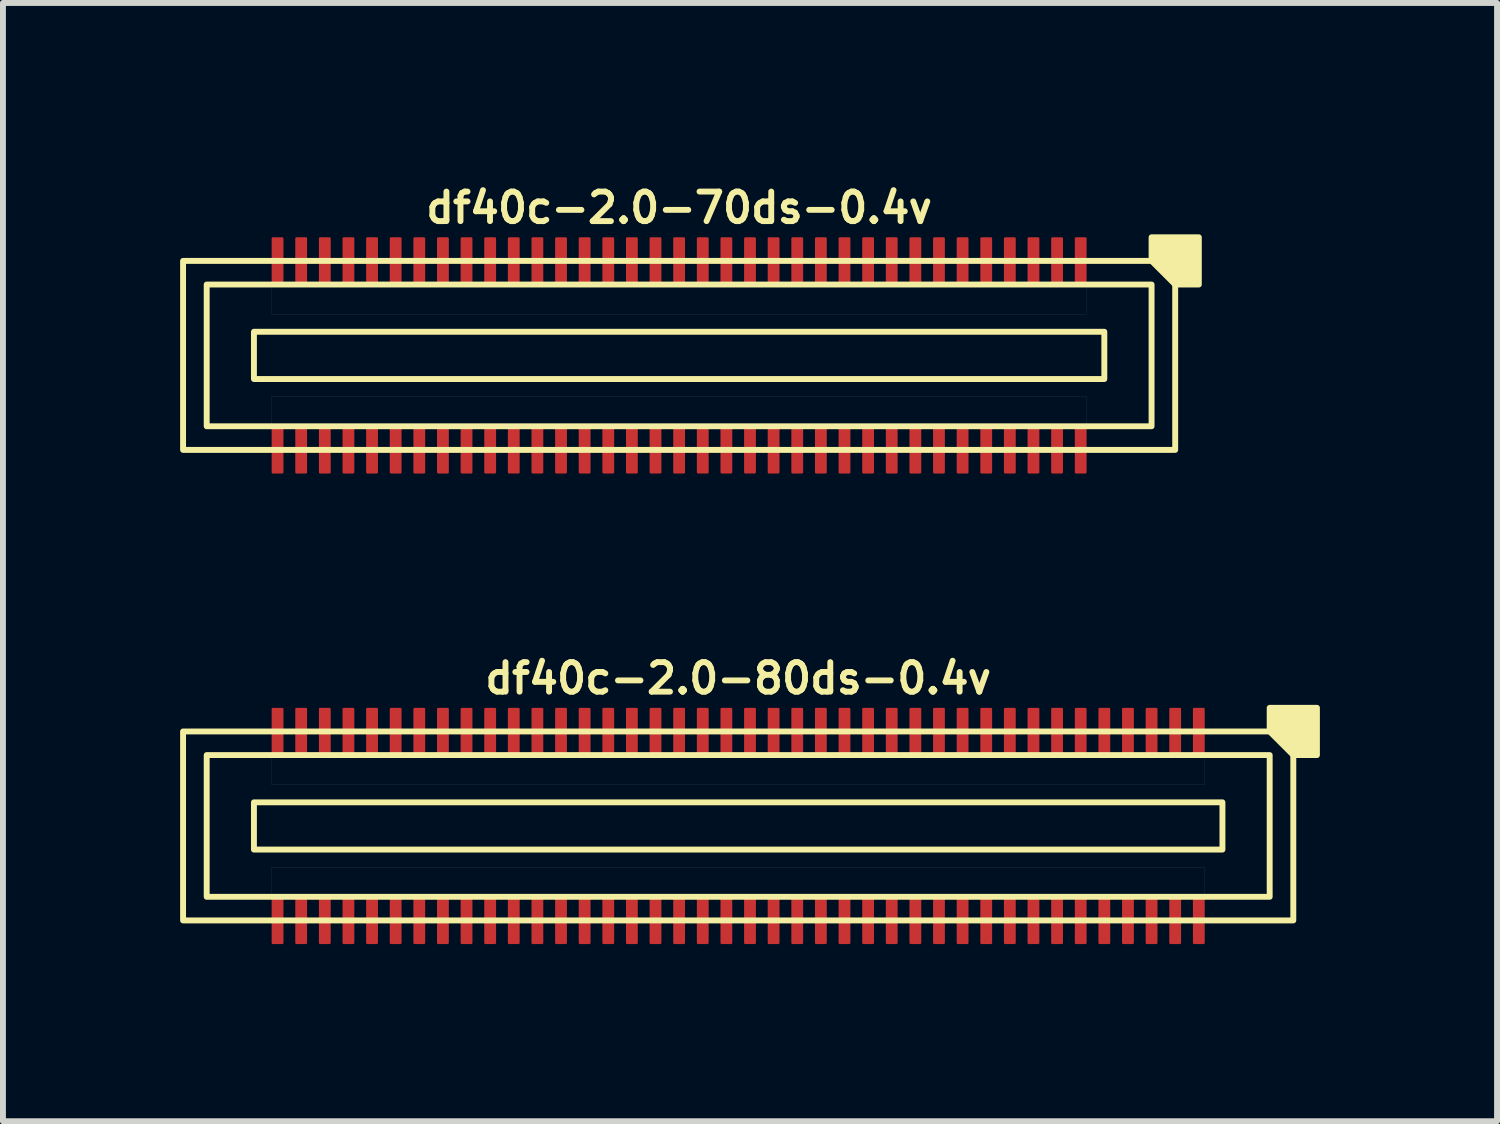
<source format=kicad_pcb>
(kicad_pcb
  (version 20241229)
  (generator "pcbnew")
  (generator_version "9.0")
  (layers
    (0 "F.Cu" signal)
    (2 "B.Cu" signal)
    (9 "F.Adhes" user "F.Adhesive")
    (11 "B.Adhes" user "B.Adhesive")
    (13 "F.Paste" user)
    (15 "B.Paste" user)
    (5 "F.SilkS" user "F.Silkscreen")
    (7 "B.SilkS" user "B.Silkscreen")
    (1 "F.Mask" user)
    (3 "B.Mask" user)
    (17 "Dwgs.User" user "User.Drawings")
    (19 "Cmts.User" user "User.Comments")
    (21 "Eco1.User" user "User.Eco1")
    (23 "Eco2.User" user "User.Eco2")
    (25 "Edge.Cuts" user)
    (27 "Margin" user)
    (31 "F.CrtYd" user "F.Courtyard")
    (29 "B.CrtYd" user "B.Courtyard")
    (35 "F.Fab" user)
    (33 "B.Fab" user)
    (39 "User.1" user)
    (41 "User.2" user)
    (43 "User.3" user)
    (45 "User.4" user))
  (footprint "df40c-2.0-80ds-0.4v"
    (layer "F.Cu")
    (at 9.45 10.936)
    (property "Reference" "df40c-2.0-80ds-0.4v" (at 0 -2.5 180) (layer "F.SilkS") (effects (font (size 0.5 0.5) (thickness 0.1))))
    (attr smd)
    (fp_rect (start -8.2 -0.4) (end 8.2 0.4) (stroke (width 0.1) (type default)) (fill no) (layer "F.SilkS"))
    (fp_rect (start 9 -1.2) (end -9 1.2) (stroke (width 0.1) (type default)) (fill no) (layer "F.SilkS"))
    (fp_rect (start 9.4 -1.6) (end -9.4 1.6) (stroke (width 0.1) (type default)) (fill no) (layer "F.SilkS"))
    (fp_poly (pts (xy 9 -1.6) (xy 9 -2) (xy 9.8 -2) (xy 9.8 -1.2) (xy 9.4 -1.2)) (stroke (width 0.1) (type solid)) (fill yes) (layer "F.SilkS"))
    (fp_poly (pts (xy -7.9 -1.2) (xy 7.9 -1.2) (xy 7.9 -0.7) (xy -7.9 -0.7)) (stroke (width 0.001) (type solid)) (fill no) (layer "Dwgs.User"))
    (fp_poly (pts (xy -7.9 0.7) (xy 7.9 0.7) (xy 7.9 1.2) (xy -7.9 1.2)) (stroke (width 0.001) (type solid)) (fill no) (layer "Dwgs.User"))
    (pad "1" smd roundrect (at 7.8 -1.6) (size 0.2 0.8) (layers "F.Cu" "F.Mask" "F.Paste") (roundrect_rratio 0.1))
    (pad "2" smd roundrect (at 7.8 1.6) (size 0.2 0.8) (layers "F.Cu" "F.Mask" "F.Paste") (roundrect_rratio 0.1))
    (pad "3" smd roundrect (at 7.4 -1.6) (size 0.2 0.8) (layers "F.Cu" "F.Mask" "F.Paste") (roundrect_rratio 0.1))
    (pad "4" smd roundrect (at 7.4 1.6) (size 0.2 0.8) (layers "F.Cu" "F.Mask" "F.Paste") (roundrect_rratio 0.1))
    (pad "5" smd roundrect (at 7 -1.6) (size 0.2 0.8) (layers "F.Cu" "F.Mask" "F.Paste") (roundrect_rratio 0.1))
    (pad "6" smd roundrect (at 7 1.6) (size 0.2 0.8) (layers "F.Cu" "F.Mask" "F.Paste") (roundrect_rratio 0.1))
    (pad "7" smd roundrect (at 6.6 -1.6) (size 0.2 0.8) (layers "F.Cu" "F.Mask" "F.Paste") (roundrect_rratio 0.1))
    (pad "8" smd roundrect (at 6.6 1.6) (size 0.2 0.8) (layers "F.Cu" "F.Mask" "F.Paste") (roundrect_rratio 0.1))
    (pad "9" smd roundrect (at 6.2 -1.6) (size 0.2 0.8) (layers "F.Cu" "F.Mask" "F.Paste") (roundrect_rratio 0.1))
    (pad "10" smd roundrect (at 6.2 1.6) (size 0.2 0.8) (layers "F.Cu" "F.Mask" "F.Paste") (roundrect_rratio 0.1))
    (pad "11" smd roundrect (at 5.8 -1.6) (size 0.2 0.8) (layers "F.Cu" "F.Mask" "F.Paste") (roundrect_rratio 0.1))
    (pad "12" smd roundrect (at 5.8 1.6) (size 0.2 0.8) (layers "F.Cu" "F.Mask" "F.Paste") (roundrect_rratio 0.1))
    (pad "13" smd roundrect (at 5.4 -1.6) (size 0.2 0.8) (layers "F.Cu" "F.Mask" "F.Paste") (roundrect_rratio 0.1))
    (pad "14" smd roundrect (at 5.4 1.6) (size 0.2 0.8) (layers "F.Cu" "F.Mask" "F.Paste") (roundrect_rratio 0.1))
    (pad "15" smd roundrect (at 5 -1.6) (size 0.2 0.8) (layers "F.Cu" "F.Mask" "F.Paste") (roundrect_rratio 0.1))
    (pad "16" smd roundrect (at 5 1.6) (size 0.2 0.8) (layers "F.Cu" "F.Mask" "F.Paste") (roundrect_rratio 0.1))
    (pad "17" smd roundrect (at 4.6 -1.6) (size 0.2 0.8) (layers "F.Cu" "F.Mask" "F.Paste") (roundrect_rratio 0.1))
    (pad "18" smd roundrect (at 4.6 1.6) (size 0.2 0.8) (layers "F.Cu" "F.Mask" "F.Paste") (roundrect_rratio 0.1))
    (pad "19" smd roundrect (at 4.2 -1.6) (size 0.2 0.8) (layers "F.Cu" "F.Mask" "F.Paste") (roundrect_rratio 0.1))
    (pad "20" smd roundrect (at 4.2 1.6) (size 0.2 0.8) (layers "F.Cu" "F.Mask" "F.Paste") (roundrect_rratio 0.1))
    (pad "21" smd roundrect (at 3.8 -1.6) (size 0.2 0.8) (layers "F.Cu" "F.Mask" "F.Paste") (roundrect_rratio 0.1))
    (pad "22" smd roundrect (at 3.8 1.6) (size 0.2 0.8) (layers "F.Cu" "F.Mask" "F.Paste") (roundrect_rratio 0.1))
    (pad "23" smd roundrect (at 3.4 -1.6) (size 0.2 0.8) (layers "F.Cu" "F.Mask" "F.Paste") (roundrect_rratio 0.1))
    (pad "24" smd roundrect (at 3.4 1.6) (size 0.2 0.8) (layers "F.Cu" "F.Mask" "F.Paste") (roundrect_rratio 0.1))
    (pad "25" smd roundrect (at 3 -1.6) (size 0.2 0.8) (layers "F.Cu" "F.Mask" "F.Paste") (roundrect_rratio 0.1))
    (pad "26" smd roundrect (at 3 1.6) (size 0.2 0.8) (layers "F.Cu" "F.Mask" "F.Paste") (roundrect_rratio 0.1))
    (pad "27" smd roundrect (at 2.6 -1.6) (size 0.2 0.8) (layers "F.Cu" "F.Mask" "F.Paste") (roundrect_rratio 0.1))
    (pad "28" smd roundrect (at 2.6 1.6) (size 0.2 0.8) (layers "F.Cu" "F.Mask" "F.Paste") (roundrect_rratio 0.1))
    (pad "29" smd roundrect (at 2.2 -1.6) (size 0.2 0.8) (layers "F.Cu" "F.Mask" "F.Paste") (roundrect_rratio 0.1))
    (pad "30" smd roundrect (at 2.2 1.6) (size 0.2 0.8) (layers "F.Cu" "F.Mask" "F.Paste") (roundrect_rratio 0.1))
    (pad "31" smd roundrect (at 1.8 -1.6) (size 0.2 0.8) (layers "F.Cu" "F.Mask" "F.Paste") (roundrect_rratio 0.1))
    (pad "32" smd roundrect (at 1.8 1.6) (size 0.2 0.8) (layers "F.Cu" "F.Mask" "F.Paste") (roundrect_rratio 0.1))
    (pad "33" smd roundrect (at 1.4 -1.6) (size 0.2 0.8) (layers "F.Cu" "F.Mask" "F.Paste") (roundrect_rratio 0.1))
    (pad "34" smd roundrect (at 1.4 1.6) (size 0.2 0.8) (layers "F.Cu" "F.Mask" "F.Paste") (roundrect_rratio 0.1))
    (pad "35" smd roundrect (at 1 -1.6) (size 0.2 0.8) (layers "F.Cu" "F.Mask" "F.Paste") (roundrect_rratio 0.1))
    (pad "36" smd roundrect (at 1 1.6) (size 0.2 0.8) (layers "F.Cu" "F.Mask" "F.Paste") (roundrect_rratio 0.1))
    (pad "37" smd roundrect (at 0.6 -1.6) (size 0.2 0.8) (layers "F.Cu" "F.Mask" "F.Paste") (roundrect_rratio 0.1))
    (pad "38" smd roundrect (at 0.6 1.6) (size 0.2 0.8) (layers "F.Cu" "F.Mask" "F.Paste") (roundrect_rratio 0.1))
    (pad "39" smd roundrect (at 0.2 -1.6) (size 0.2 0.8) (layers "F.Cu" "F.Mask" "F.Paste") (roundrect_rratio 0.1))
    (pad "40" smd roundrect (at 0.2 1.6) (size 0.2 0.8) (layers "F.Cu" "F.Mask" "F.Paste") (roundrect_rratio 0.1))
    (pad "41" smd roundrect (at -0.2 -1.6) (size 0.2 0.8) (layers "F.Cu" "F.Mask" "F.Paste") (roundrect_rratio 0.1))
    (pad "42" smd roundrect (at -0.2 1.6) (size 0.2 0.8) (layers "F.Cu" "F.Mask" "F.Paste") (roundrect_rratio 0.1))
    (pad "43" smd roundrect (at -0.6 -1.6) (size 0.2 0.8) (layers "F.Cu" "F.Mask" "F.Paste") (roundrect_rratio 0.1))
    (pad "44" smd roundrect (at -0.6 1.6) (size 0.2 0.8) (layers "F.Cu" "F.Mask" "F.Paste") (roundrect_rratio 0.1))
    (pad "45" smd roundrect (at -1 -1.6) (size 0.2 0.8) (layers "F.Cu" "F.Mask" "F.Paste") (roundrect_rratio 0.1))
    (pad "46" smd roundrect (at -1 1.6) (size 0.2 0.8) (layers "F.Cu" "F.Mask" "F.Paste") (roundrect_rratio 0.1))
    (pad "47" smd roundrect (at -1.4 -1.6) (size 0.2 0.8) (layers "F.Cu" "F.Mask" "F.Paste") (roundrect_rratio 0.1))
    (pad "48" smd roundrect (at -1.4 1.6) (size 0.2 0.8) (layers "F.Cu" "F.Mask" "F.Paste") (roundrect_rratio 0.1))
    (pad "49" smd roundrect (at -1.8 -1.6) (size 0.2 0.8) (layers "F.Cu" "F.Mask" "F.Paste") (roundrect_rratio 0.1))
    (pad "50" smd roundrect (at -1.8 1.6) (size 0.2 0.8) (layers "F.Cu" "F.Mask" "F.Paste") (roundrect_rratio 0.1))
    (pad "51" smd roundrect (at -2.2 -1.6) (size 0.2 0.8) (layers "F.Cu" "F.Mask" "F.Paste") (roundrect_rratio 0.1))
    (pad "52" smd roundrect (at -2.2 1.6) (size 0.2 0.8) (layers "F.Cu" "F.Mask" "F.Paste") (roundrect_rratio 0.1))
    (pad "53" smd roundrect (at -2.6 -1.6) (size 0.2 0.8) (layers "F.Cu" "F.Mask" "F.Paste") (roundrect_rratio 0.1))
    (pad "54" smd roundrect (at -2.6 1.6) (size 0.2 0.8) (layers "F.Cu" "F.Mask" "F.Paste") (roundrect_rratio 0.1))
    (pad "55" smd roundrect (at -3 -1.6) (size 0.2 0.8) (layers "F.Cu" "F.Mask" "F.Paste") (roundrect_rratio 0.1))
    (pad "56" smd roundrect (at -3 1.6) (size 0.2 0.8) (layers "F.Cu" "F.Mask" "F.Paste") (roundrect_rratio 0.1))
    (pad "57" smd roundrect (at -3.4 -1.6) (size 0.2 0.8) (layers "F.Cu" "F.Mask" "F.Paste") (roundrect_rratio 0.1))
    (pad "58" smd roundrect (at -3.4 1.6) (size 0.2 0.8) (layers "F.Cu" "F.Mask" "F.Paste") (roundrect_rratio 0.1))
    (pad "59" smd roundrect (at -3.8 -1.6) (size 0.2 0.8) (layers "F.Cu" "F.Mask" "F.Paste") (roundrect_rratio 0.1))
    (pad "60" smd roundrect (at -3.8 1.6) (size 0.2 0.8) (layers "F.Cu" "F.Mask" "F.Paste") (roundrect_rratio 0.1))
    (pad "61" smd roundrect (at -4.2 -1.6) (size 0.2 0.8) (layers "F.Cu" "F.Mask" "F.Paste") (roundrect_rratio 0.1))
    (pad "62" smd roundrect (at -4.2 1.6) (size 0.2 0.8) (layers "F.Cu" "F.Mask" "F.Paste") (roundrect_rratio 0.1))
    (pad "63" smd roundrect (at -4.6 -1.6) (size 0.2 0.8) (layers "F.Cu" "F.Mask" "F.Paste") (roundrect_rratio 0.1))
    (pad "64" smd roundrect (at -4.6 1.6) (size 0.2 0.8) (layers "F.Cu" "F.Mask" "F.Paste") (roundrect_rratio 0.1))
    (pad "65" smd roundrect (at -5 -1.6) (size 0.2 0.8) (layers "F.Cu" "F.Mask" "F.Paste") (roundrect_rratio 0.1))
    (pad "66" smd roundrect (at -5 1.6) (size 0.2 0.8) (layers "F.Cu" "F.Mask" "F.Paste") (roundrect_rratio 0.1))
    (pad "67" smd roundrect (at -5.4 -1.6) (size 0.2 0.8) (layers "F.Cu" "F.Mask" "F.Paste") (roundrect_rratio 0.1))
    (pad "68" smd roundrect (at -5.4 1.6) (size 0.2 0.8) (layers "F.Cu" "F.Mask" "F.Paste") (roundrect_rratio 0.1))
    (pad "69" smd roundrect (at -5.8 -1.6) (size 0.2 0.8) (layers "F.Cu" "F.Mask" "F.Paste") (roundrect_rratio 0.1))
    (pad "70" smd roundrect (at -5.8 1.6) (size 0.2 0.8) (layers "F.Cu" "F.Mask" "F.Paste") (roundrect_rratio 0.1))
    (pad "71" smd roundrect (at -6.2 -1.6) (size 0.2 0.8) (layers "F.Cu" "F.Mask" "F.Paste") (roundrect_rratio 0.1))
    (pad "72" smd roundrect (at -6.2 1.6) (size 0.2 0.8) (layers "F.Cu" "F.Mask" "F.Paste") (roundrect_rratio 0.1))
    (pad "73" smd roundrect (at -6.6 -1.6) (size 0.2 0.8) (layers "F.Cu" "F.Mask" "F.Paste") (roundrect_rratio 0.1))
    (pad "74" smd roundrect (at -6.6 1.6) (size 0.2 0.8) (layers "F.Cu" "F.Mask" "F.Paste") (roundrect_rratio 0.1))
    (pad "75" smd roundrect (at -7 -1.6) (size 0.2 0.8) (layers "F.Cu" "F.Mask" "F.Paste") (roundrect_rratio 0.1))
    (pad "76" smd roundrect (at -7 1.6) (size 0.2 0.8) (layers "F.Cu" "F.Mask" "F.Paste") (roundrect_rratio 0.1))
    (pad "77" smd roundrect (at -7.4 -1.6) (size 0.2 0.8) (layers "F.Cu" "F.Mask" "F.Paste") (roundrect_rratio 0.1))
    (pad "78" smd roundrect (at -7.4 1.6) (size 0.2 0.8) (layers "F.Cu" "F.Mask" "F.Paste") (roundrect_rratio 0.1))
    (pad "79" smd roundrect (at -7.8 -1.6) (size 0.2 0.8) (layers "F.Cu" "F.Mask" "F.Paste") (roundrect_rratio 0.1))
    (pad "80" smd roundrect (at -7.8 1.6) (size 0.2 0.8) (layers "F.Cu" "F.Mask" "F.Paste") (roundrect_rratio 0.1)))
  (footprint "df40c-2.0-70ds-0.4v"
    (layer "F.Cu")
    (at 8.45 2.968)
    (property "Reference" "df40c-2.0-70ds-0.4v" (at 0 -2.5 180) (layer "F.SilkS") (effects (font (size 0.5 0.5) (thickness 0.1))))
    (attr smd)
    (fp_rect (start -7.2 -0.4) (end 7.2 0.4) (stroke (width 0.1) (type default)) (fill no) (layer "F.SilkS"))
    (fp_rect (start 8 -1.2) (end -8 1.2) (stroke (width 0.1) (type default)) (fill no) (layer "F.SilkS"))
    (fp_rect (start 8.4 -1.6) (end -8.4 1.6) (stroke (width 0.1) (type default)) (fill no) (layer "F.SilkS"))
    (fp_poly (pts (xy 8 -1.6) (xy 8 -2) (xy 8.8 -2) (xy 8.8 -1.2) (xy 8.4 -1.2)) (stroke (width 0.1) (type solid)) (fill yes) (layer "F.SilkS"))
    (fp_poly (pts (xy -6.9 -1.2) (xy 6.9 -1.2) (xy 6.9 -0.7) (xy -6.9 -0.7)) (stroke (width 0.001) (type solid)) (fill no) (layer "Dwgs.User"))
    (fp_poly (pts (xy -6.9 0.7) (xy 6.9 0.7) (xy 6.9 1.2) (xy -6.9 1.2)) (stroke (width 0.001) (type solid)) (fill no) (layer "Dwgs.User"))
    (pad "1" smd roundrect (at 6.8 -1.6) (size 0.2 0.8) (layers "F.Cu" "F.Mask" "F.Paste") (roundrect_rratio 0.1))
    (pad "2" smd roundrect (at 6.8 1.6) (size 0.2 0.8) (layers "F.Cu" "F.Mask" "F.Paste") (roundrect_rratio 0.1))
    (pad "3" smd roundrect (at 6.4 -1.6) (size 0.2 0.8) (layers "F.Cu" "F.Mask" "F.Paste") (roundrect_rratio 0.1))
    (pad "4" smd roundrect (at 6.4 1.6) (size 0.2 0.8) (layers "F.Cu" "F.Mask" "F.Paste") (roundrect_rratio 0.1))
    (pad "5" smd roundrect (at 6 -1.6) (size 0.2 0.8) (layers "F.Cu" "F.Mask" "F.Paste") (roundrect_rratio 0.1))
    (pad "6" smd roundrect (at 6 1.6) (size 0.2 0.8) (layers "F.Cu" "F.Mask" "F.Paste") (roundrect_rratio 0.1))
    (pad "7" smd roundrect (at 5.6 -1.6) (size 0.2 0.8) (layers "F.Cu" "F.Mask" "F.Paste") (roundrect_rratio 0.1))
    (pad "8" smd roundrect (at 5.6 1.6) (size 0.2 0.8) (layers "F.Cu" "F.Mask" "F.Paste") (roundrect_rratio 0.1))
    (pad "9" smd roundrect (at 5.2 -1.6) (size 0.2 0.8) (layers "F.Cu" "F.Mask" "F.Paste") (roundrect_rratio 0.1))
    (pad "10" smd roundrect (at 5.2 1.6) (size 0.2 0.8) (layers "F.Cu" "F.Mask" "F.Paste") (roundrect_rratio 0.1))
    (pad "11" smd roundrect (at 4.8 -1.6) (size 0.2 0.8) (layers "F.Cu" "F.Mask" "F.Paste") (roundrect_rratio 0.1))
    (pad "12" smd roundrect (at 4.8 1.6) (size 0.2 0.8) (layers "F.Cu" "F.Mask" "F.Paste") (roundrect_rratio 0.1))
    (pad "13" smd roundrect (at 4.4 -1.6) (size 0.2 0.8) (layers "F.Cu" "F.Mask" "F.Paste") (roundrect_rratio 0.1))
    (pad "14" smd roundrect (at 4.4 1.6) (size 0.2 0.8) (layers "F.Cu" "F.Mask" "F.Paste") (roundrect_rratio 0.1))
    (pad "15" smd roundrect (at 4 -1.6) (size 0.2 0.8) (layers "F.Cu" "F.Mask" "F.Paste") (roundrect_rratio 0.1))
    (pad "16" smd roundrect (at 4 1.6) (size 0.2 0.8) (layers "F.Cu" "F.Mask" "F.Paste") (roundrect_rratio 0.1))
    (pad "17" smd roundrect (at 3.6 -1.6) (size 0.2 0.8) (layers "F.Cu" "F.Mask" "F.Paste") (roundrect_rratio 0.1))
    (pad "18" smd roundrect (at 3.6 1.6) (size 0.2 0.8) (layers "F.Cu" "F.Mask" "F.Paste") (roundrect_rratio 0.1))
    (pad "19" smd roundrect (at 3.2 -1.6) (size 0.2 0.8) (layers "F.Cu" "F.Mask" "F.Paste") (roundrect_rratio 0.1))
    (pad "20" smd roundrect (at 3.2 1.6) (size 0.2 0.8) (layers "F.Cu" "F.Mask" "F.Paste") (roundrect_rratio 0.1))
    (pad "21" smd roundrect (at 2.8 -1.6) (size 0.2 0.8) (layers "F.Cu" "F.Mask" "F.Paste") (roundrect_rratio 0.1))
    (pad "22" smd roundrect (at 2.8 1.6) (size 0.2 0.8) (layers "F.Cu" "F.Mask" "F.Paste") (roundrect_rratio 0.1))
    (pad "23" smd roundrect (at 2.4 -1.6) (size 0.2 0.8) (layers "F.Cu" "F.Mask" "F.Paste") (roundrect_rratio 0.1))
    (pad "24" smd roundrect (at 2.4 1.6) (size 0.2 0.8) (layers "F.Cu" "F.Mask" "F.Paste") (roundrect_rratio 0.1))
    (pad "25" smd roundrect (at 2 -1.6) (size 0.2 0.8) (layers "F.Cu" "F.Mask" "F.Paste") (roundrect_rratio 0.1))
    (pad "26" smd roundrect (at 2 1.6) (size 0.2 0.8) (layers "F.Cu" "F.Mask" "F.Paste") (roundrect_rratio 0.1))
    (pad "27" smd roundrect (at 1.6 -1.6) (size 0.2 0.8) (layers "F.Cu" "F.Mask" "F.Paste") (roundrect_rratio 0.1))
    (pad "28" smd roundrect (at 1.6 1.6) (size 0.2 0.8) (layers "F.Cu" "F.Mask" "F.Paste") (roundrect_rratio 0.1))
    (pad "29" smd roundrect (at 1.2 -1.6) (size 0.2 0.8) (layers "F.Cu" "F.Mask" "F.Paste") (roundrect_rratio 0.1))
    (pad "30" smd roundrect (at 1.2 1.6) (size 0.2 0.8) (layers "F.Cu" "F.Mask" "F.Paste") (roundrect_rratio 0.1))
    (pad "31" smd roundrect (at 0.8 -1.6) (size 0.2 0.8) (layers "F.Cu" "F.Mask" "F.Paste") (roundrect_rratio 0.1))
    (pad "32" smd roundrect (at 0.8 1.6) (size 0.2 0.8) (layers "F.Cu" "F.Mask" "F.Paste") (roundrect_rratio 0.1))
    (pad "33" smd roundrect (at 0.4 -1.6) (size 0.2 0.8) (layers "F.Cu" "F.Mask" "F.Paste") (roundrect_rratio 0.1))
    (pad "34" smd roundrect (at 0.4 1.6) (size 0.2 0.8) (layers "F.Cu" "F.Mask" "F.Paste") (roundrect_rratio 0.1))
    (pad "35" smd roundrect (at 0 -1.6) (size 0.2 0.8) (layers "F.Cu" "F.Mask" "F.Paste") (roundrect_rratio 0.1))
    (pad "36" smd roundrect (at 0 1.6) (size 0.2 0.8) (layers "F.Cu" "F.Mask" "F.Paste") (roundrect_rratio 0.1))
    (pad "37" smd roundrect (at -0.4 -1.6) (size 0.2 0.8) (layers "F.Cu" "F.Mask" "F.Paste") (roundrect_rratio 0.1))
    (pad "38" smd roundrect (at -0.4 1.6) (size 0.2 0.8) (layers "F.Cu" "F.Mask" "F.Paste") (roundrect_rratio 0.1))
    (pad "39" smd roundrect (at -0.8 -1.6) (size 0.2 0.8) (layers "F.Cu" "F.Mask" "F.Paste") (roundrect_rratio 0.1))
    (pad "40" smd roundrect (at -0.8 1.6) (size 0.2 0.8) (layers "F.Cu" "F.Mask" "F.Paste") (roundrect_rratio 0.1))
    (pad "41" smd roundrect (at -1.2 -1.6) (size 0.2 0.8) (layers "F.Cu" "F.Mask" "F.Paste") (roundrect_rratio 0.1))
    (pad "42" smd roundrect (at -1.2 1.6) (size 0.2 0.8) (layers "F.Cu" "F.Mask" "F.Paste") (roundrect_rratio 0.1))
    (pad "43" smd roundrect (at -1.6 -1.6) (size 0.2 0.8) (layers "F.Cu" "F.Mask" "F.Paste") (roundrect_rratio 0.1))
    (pad "44" smd roundrect (at -1.6 1.6) (size 0.2 0.8) (layers "F.Cu" "F.Mask" "F.Paste") (roundrect_rratio 0.1))
    (pad "45" smd roundrect (at -2 -1.6) (size 0.2 0.8) (layers "F.Cu" "F.Mask" "F.Paste") (roundrect_rratio 0.1))
    (pad "46" smd roundrect (at -2 1.6) (size 0.2 0.8) (layers "F.Cu" "F.Mask" "F.Paste") (roundrect_rratio 0.1))
    (pad "47" smd roundrect (at -2.4 -1.6) (size 0.2 0.8) (layers "F.Cu" "F.Mask" "F.Paste") (roundrect_rratio 0.1))
    (pad "48" smd roundrect (at -2.4 1.6) (size 0.2 0.8) (layers "F.Cu" "F.Mask" "F.Paste") (roundrect_rratio 0.1))
    (pad "49" smd roundrect (at -2.8 -1.6) (size 0.2 0.8) (layers "F.Cu" "F.Mask" "F.Paste") (roundrect_rratio 0.1))
    (pad "50" smd roundrect (at -2.8 1.6) (size 0.2 0.8) (layers "F.Cu" "F.Mask" "F.Paste") (roundrect_rratio 0.1))
    (pad "51" smd roundrect (at -3.2 -1.6) (size 0.2 0.8) (layers "F.Cu" "F.Mask" "F.Paste") (roundrect_rratio 0.1))
    (pad "52" smd roundrect (at -3.2 1.6) (size 0.2 0.8) (layers "F.Cu" "F.Mask" "F.Paste") (roundrect_rratio 0.1))
    (pad "53" smd roundrect (at -3.6 -1.6) (size 0.2 0.8) (layers "F.Cu" "F.Mask" "F.Paste") (roundrect_rratio 0.1))
    (pad "54" smd roundrect (at -3.6 1.6) (size 0.2 0.8) (layers "F.Cu" "F.Mask" "F.Paste") (roundrect_rratio 0.1))
    (pad "55" smd roundrect (at -4 -1.6) (size 0.2 0.8) (layers "F.Cu" "F.Mask" "F.Paste") (roundrect_rratio 0.1))
    (pad "56" smd roundrect (at -4 1.6) (size 0.2 0.8) (layers "F.Cu" "F.Mask" "F.Paste") (roundrect_rratio 0.1))
    (pad "57" smd roundrect (at -4.4 -1.6) (size 0.2 0.8) (layers "F.Cu" "F.Mask" "F.Paste") (roundrect_rratio 0.1))
    (pad "58" smd roundrect (at -4.4 1.6) (size 0.2 0.8) (layers "F.Cu" "F.Mask" "F.Paste") (roundrect_rratio 0.1))
    (pad "59" smd roundrect (at -4.8 -1.6) (size 0.2 0.8) (layers "F.Cu" "F.Mask" "F.Paste") (roundrect_rratio 0.1))
    (pad "60" smd roundrect (at -4.8 1.6) (size 0.2 0.8) (layers "F.Cu" "F.Mask" "F.Paste") (roundrect_rratio 0.1))
    (pad "61" smd roundrect (at -5.2 -1.6) (size 0.2 0.8) (layers "F.Cu" "F.Mask" "F.Paste") (roundrect_rratio 0.1))
    (pad "62" smd roundrect (at -5.2 1.6) (size 0.2 0.8) (layers "F.Cu" "F.Mask" "F.Paste") (roundrect_rratio 0.1))
    (pad "63" smd roundrect (at -5.6 -1.6) (size 0.2 0.8) (layers "F.Cu" "F.Mask" "F.Paste") (roundrect_rratio 0.1))
    (pad "64" smd roundrect (at -5.6 1.6) (size 0.2 0.8) (layers "F.Cu" "F.Mask" "F.Paste") (roundrect_rratio 0.1))
    (pad "65" smd roundrect (at -6 -1.6) (size 0.2 0.8) (layers "F.Cu" "F.Mask" "F.Paste") (roundrect_rratio 0.1))
    (pad "66" smd roundrect (at -6 1.6) (size 0.2 0.8) (layers "F.Cu" "F.Mask" "F.Paste") (roundrect_rratio 0.1))
    (pad "67" smd roundrect (at -6.4 -1.6) (size 0.2 0.8) (layers "F.Cu" "F.Mask" "F.Paste") (roundrect_rratio 0.1))
    (pad "68" smd roundrect (at -6.4 1.6) (size 0.2 0.8) (layers "F.Cu" "F.Mask" "F.Paste") (roundrect_rratio 0.1))
    (pad "69" smd roundrect (at -6.8 -1.6) (size 0.2 0.8) (layers "F.Cu" "F.Mask" "F.Paste") (roundrect_rratio 0.1))
    (pad "70" smd roundrect (at -6.8 1.6) (size 0.2 0.8) (layers "F.Cu" "F.Mask" "F.Paste") (roundrect_rratio 0.1)))
  (gr_rect
    (start -3 -3)
    (end 22.3 15.936)
    (stroke (width 0.1) (type default))
    (fill no)
    (layer "Edge.Cuts")))
</source>
